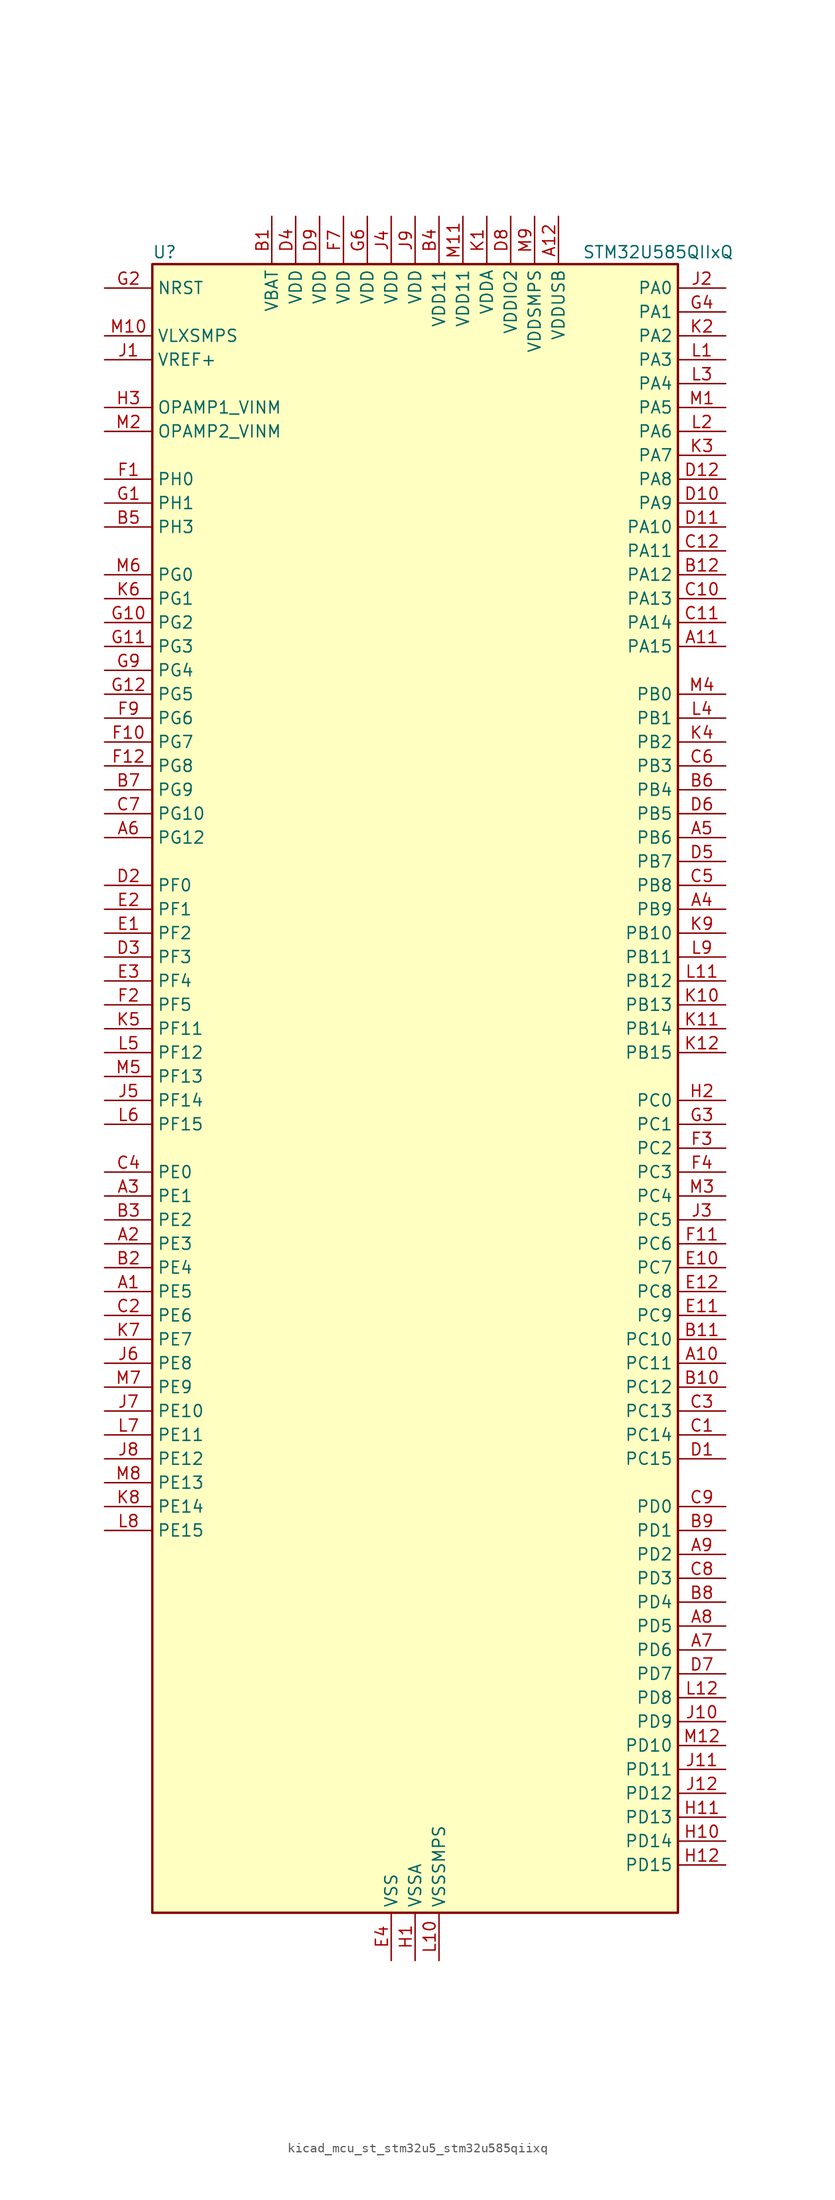
<source format=kicad_sym>
(kicad_symbol_lib
  (version 20220914)
  (generator kicad_symbol_editor)
  (symbol "kicad_mcu_st_stm32u5_stm32u585qiixq"
    (property "Reference" "U"
      (at -27.94 90.17 0)
      (effects (font (size 1.27 1.27)) (justify left)))
    (property "Value" "STM32U585QIIxQ"
      (at 17.78 90.17 0)
      (effects (font (size 1.27 1.27)) (justify left)))
    (property "ki_locked" ""
      (at 0 0 0)
      (effects (font (size 1.27 1.27))))
    (symbol "kicad_mcu_st_stm32u5_stm32u585qiixq_0_1"
      (rectangle (start -27.94 -86.36) (end 27.94 88.9) (stroke (width 0.254) (type default)) (fill (type background))))
    (symbol "kicad_mcu_st_stm32u5_stm32u585qiixq_1_1"
      (pin bidirectional line (at -33.02 -20.32 0) (length 5.08) (name "PE5" (effects (font (size 1.27 1.27)))) (number "A1" (effects (font (size 1.27 1.27)))) (alternate "DCMI_D6" bidirectional line) (alternate "DEBUG_TRACED2" bidirectional line) (alternate "FMC_A21" bidirectional line) (alternate "MDF1_CKI3" bidirectional line) (alternate "PSSI_D6" bidirectional line) (alternate "PWR_WKUP2" bidirectional line) (alternate "SAI1_CK2" bidirectional line) (alternate "SAI1_SCK_A" bidirectional line) (alternate "TAMP_IN8" bidirectional line) (alternate "TAMP_OUT7" bidirectional line) (alternate "TIM3_CH3" bidirectional line) (alternate "TSC_G7_IO4" bidirectional line))
      (pin bidirectional line (at 33.02 -27.94 180) (length 5.08) (name "PC11" (effects (font (size 1.27 1.27)))) (number "A10" (effects (font (size 1.27 1.27)))) (alternate "ADC1_EXTI11" bidirectional line) (alternate "ADF1_SDI0" bidirectional line) (alternate "DCMI_D2" bidirectional line) (alternate "DCMI_D4" bidirectional line) (alternate "LPTIM3_IN1" bidirectional line) (alternate "OCTOSPIM_P1_NCS" bidirectional line) (alternate "PSSI_D2" bidirectional line) (alternate "PSSI_D4" bidirectional line) (alternate "SAI2_MCLK_B" bidirectional line) (alternate "SDMMC1_D3" bidirectional line) (alternate "SPI3_MISO" bidirectional line) (alternate "TSC_G3_IO3" bidirectional line) (alternate "UART4_RX" bidirectional line) (alternate "UCPD1_FRSTX2" bidirectional line) (alternate "USART3_RX" bidirectional line))
      (pin bidirectional line (at 33.02 48.26 180) (length 5.08) (name "PA15" (effects (font (size 1.27 1.27)))) (number "A11" (effects (font (size 1.27 1.27)))) (alternate "ADC1_EXTI15" bidirectional line) (alternate "ADC4_EXTI15" bidirectional line) (alternate "DEBUG_JTDI" bidirectional line) (alternate "SAI2_FS_B" bidirectional line) (alternate "SPI1_NSS" bidirectional line) (alternate "SPI3_NSS" bidirectional line) (alternate "TIM2_CH1" bidirectional line) (alternate "TIM2_ETR" bidirectional line) (alternate "UART4_DE" bidirectional line) (alternate "UART4_RTS" bidirectional line) (alternate "UCPD1_CC1" bidirectional line) (alternate "USART2_RX" bidirectional line) (alternate "USART3_DE" bidirectional line) (alternate "USART3_RTS" bidirectional line))
      (pin power_in line (at 15.24 93.98 270) (length 5.08) (name "VDDUSB" (effects (font (size 1.27 1.27)))) (number "A12" (effects (font (size 1.27 1.27)))))
      (pin bidirectional line (at -33.02 -15.24 0) (length 5.08) (name "PE3" (effects (font (size 1.27 1.27)))) (number "A2" (effects (font (size 1.27 1.27)))) (alternate "DEBUG_TRACED0" bidirectional line) (alternate "FMC_A19" bidirectional line) (alternate "OCTOSPIM_P1_DQS" bidirectional line) (alternate "SAI1_SD_B" bidirectional line) (alternate "TAMP_IN6" bidirectional line) (alternate "TAMP_OUT3" bidirectional line) (alternate "TIM3_CH1" bidirectional line) (alternate "TSC_G7_IO2" bidirectional line))
      (pin bidirectional line (at -33.02 -10.16 0) (length 5.08) (name "PE1" (effects (font (size 1.27 1.27)))) (number "A3" (effects (font (size 1.27 1.27)))) (alternate "DCMI_D3" bidirectional line) (alternate "FMC_NBL1" bidirectional line) (alternate "PSSI_D3" bidirectional line) (alternate "TIM17_CH1" bidirectional line))
      (pin bidirectional line (at 33.02 20.32 180) (length 5.08) (name "PB9" (effects (font (size 1.27 1.27)))) (number "A4" (effects (font (size 1.27 1.27)))) (alternate "DAC1_EXTI9" bidirectional line) (alternate "DCMI_D7" bidirectional line) (alternate "FDCAN1_TX" bidirectional line) (alternate "I2C1_SDA" bidirectional line) (alternate "IR_OUT" bidirectional line) (alternate "PSSI_D7" bidirectional line) (alternate "SAI1_D2" bidirectional line) (alternate "SAI1_FS_A" bidirectional line) (alternate "SDMMC1_CDIR" bidirectional line) (alternate "SDMMC1_D5" bidirectional line) (alternate "SDMMC2_D5" bidirectional line) (alternate "SPI2_NSS" bidirectional line) (alternate "TIM17_CH1" bidirectional line) (alternate "TIM4_CH4" bidirectional line))
      (pin bidirectional line (at 33.02 27.94 180) (length 5.08) (name "PB6" (effects (font (size 1.27 1.27)))) (number "A5" (effects (font (size 1.27 1.27)))) (alternate "COMP2_INP" bidirectional line) (alternate "DCMI_D5" bidirectional line) (alternate "I2C1_SCL" bidirectional line) (alternate "I2C4_SCL" bidirectional line) (alternate "LPTIM1_ETR" bidirectional line) (alternate "MDF1_SDI5" bidirectional line) (alternate "PSSI_D5" bidirectional line) (alternate "PWR_WKUP3" bidirectional line) (alternate "SAI1_FS_B" bidirectional line) (alternate "TIM16_CH1N" bidirectional line) (alternate "TIM4_CH1" bidirectional line) (alternate "TIM8_BKIN2" bidirectional line) (alternate "TSC_G2_IO3" bidirectional line) (alternate "USART1_TX" bidirectional line))
      (pin bidirectional line (at -33.02 27.94 0) (length 5.08) (name "PG12" (effects (font (size 1.27 1.27)))) (number "A6" (effects (font (size 1.27 1.27)))) (alternate "FMC_NE4" bidirectional line) (alternate "LPTIM1_ETR" bidirectional line) (alternate "OCTOSPIM_P2_NCS" bidirectional line) (alternate "SAI2_SD_A" bidirectional line) (alternate "SPI3_NSS" bidirectional line) (alternate "USART1_DE" bidirectional line) (alternate "USART1_RTS" bidirectional line))
      (pin bidirectional line (at 33.02 -58.42 180) (length 5.08) (name "PD6" (effects (font (size 1.27 1.27)))) (number "A7" (effects (font (size 1.27 1.27)))) (alternate "DCMI_D10" bidirectional line) (alternate "FMC_NWAIT" bidirectional line) (alternate "MDF1_SDI1" bidirectional line) (alternate "OCTOSPIM_P1_IO6" bidirectional line) (alternate "PSSI_D10" bidirectional line) (alternate "SAI1_D1" bidirectional line) (alternate "SAI1_SD_A" bidirectional line) (alternate "SDMMC2_CK" bidirectional line) (alternate "SPI3_MOSI" bidirectional line) (alternate "USART2_RX" bidirectional line))
      (pin bidirectional line (at 33.02 -55.88 180) (length 5.08) (name "PD5" (effects (font (size 1.27 1.27)))) (number "A8" (effects (font (size 1.27 1.27)))) (alternate "FMC_NWE" bidirectional line) (alternate "OCTOSPIM_P1_IO5" bidirectional line) (alternate "SPI2_RDY" bidirectional line) (alternate "USART2_TX" bidirectional line))
      (pin bidirectional line (at 33.02 -48.26 180) (length 5.08) (name "PD2" (effects (font (size 1.27 1.27)))) (number "A9" (effects (font (size 1.27 1.27)))) (alternate "DCMI_D11" bidirectional line) (alternate "DEBUG_TRACED2" bidirectional line) (alternate "LPTIM4_ETR" bidirectional line) (alternate "PSSI_D11" bidirectional line) (alternate "SDMMC1_CMD" bidirectional line) (alternate "TIM3_ETR" bidirectional line) (alternate "TSC_SYNC" bidirectional line) (alternate "UART5_RX" bidirectional line) (alternate "USART3_DE" bidirectional line) (alternate "USART3_RTS" bidirectional line))
      (pin power_in line (at -15.24 93.98 270) (length 5.08) (name "VBAT" (effects (font (size 1.27 1.27)))) (number "B1" (effects (font (size 1.27 1.27)))))
      (pin bidirectional line (at 33.02 -30.48 180) (length 5.08) (name "PC12" (effects (font (size 1.27 1.27)))) (number "B10" (effects (font (size 1.27 1.27)))) (alternate "DCMI_D9" bidirectional line) (alternate "DEBUG_TRACED3" bidirectional line) (alternate "PSSI_D9" bidirectional line) (alternate "SAI2_SD_B" bidirectional line) (alternate "SDMMC1_CK" bidirectional line) (alternate "SPI3_MOSI" bidirectional line) (alternate "TSC_G3_IO4" bidirectional line) (alternate "UART5_TX" bidirectional line) (alternate "USART3_CK" bidirectional line))
      (pin bidirectional line (at 33.02 -25.4 180) (length 5.08) (name "PC10" (effects (font (size 1.27 1.27)))) (number "B11" (effects (font (size 1.27 1.27)))) (alternate "ADF1_CCK1" bidirectional line) (alternate "DCMI_D8" bidirectional line) (alternate "DEBUG_TRACED1" bidirectional line) (alternate "LPTIM3_ETR" bidirectional line) (alternate "PSSI_D8" bidirectional line) (alternate "SAI2_SCK_B" bidirectional line) (alternate "SDMMC1_D2" bidirectional line) (alternate "SPI3_SCK" bidirectional line) (alternate "TSC_G3_IO2" bidirectional line) (alternate "UART4_TX" bidirectional line) (alternate "USART3_TX" bidirectional line))
      (pin bidirectional line (at 33.02 55.88 180) (length 5.08) (name "PA12" (effects (font (size 1.27 1.27)))) (number "B12" (effects (font (size 1.27 1.27)))) (alternate "FDCAN1_TX" bidirectional line) (alternate "OCTOSPIM_P2_NCS" bidirectional line) (alternate "SPI1_MOSI" bidirectional line) (alternate "TIM1_ETR" bidirectional line) (alternate "USART1_DE" bidirectional line) (alternate "USART1_RTS" bidirectional line) (alternate "USB_OTG_FS_DP" bidirectional line))
      (pin bidirectional line (at -33.02 -17.78 0) (length 5.08) (name "PE4" (effects (font (size 1.27 1.27)))) (number "B2" (effects (font (size 1.27 1.27)))) (alternate "DCMI_D4" bidirectional line) (alternate "DEBUG_TRACED1" bidirectional line) (alternate "FMC_A20" bidirectional line) (alternate "MDF1_SDI3" bidirectional line) (alternate "PSSI_D4" bidirectional line) (alternate "PWR_WKUP1" bidirectional line) (alternate "SAI1_D2" bidirectional line) (alternate "SAI1_FS_A" bidirectional line) (alternate "TAMP_IN7" bidirectional line) (alternate "TAMP_OUT8" bidirectional line) (alternate "TIM3_CH2" bidirectional line) (alternate "TSC_G7_IO3" bidirectional line))
      (pin bidirectional line (at -33.02 -12.7 0) (length 5.08) (name "PE2" (effects (font (size 1.27 1.27)))) (number "B3" (effects (font (size 1.27 1.27)))) (alternate "DEBUG_TRACECLK" bidirectional line) (alternate "FMC_A23" bidirectional line) (alternate "SAI1_CK1" bidirectional line) (alternate "SAI1_MCLK_A" bidirectional line) (alternate "TIM3_ETR" bidirectional line) (alternate "TSC_G7_IO1" bidirectional line))
      (pin power_in line (at 2.54 93.98 270) (length 5.08) (name "VDD11" (effects (font (size 1.27 1.27)))) (number "B4" (effects (font (size 1.27 1.27)))))
      (pin bidirectional line (at -33.02 60.96 0) (length 5.08) (name "PH3" (effects (font (size 1.27 1.27)))) (number "B5" (effects (font (size 1.27 1.27)))))
      (pin bidirectional line (at 33.02 33.02 180) (length 5.08) (name "PB4" (effects (font (size 1.27 1.27)))) (number "B6" (effects (font (size 1.27 1.27)))) (alternate "ADF1_SDI0" bidirectional line) (alternate "COMP2_INP" bidirectional line) (alternate "DCMI_D12" bidirectional line) (alternate "DEBUG_JTRST" bidirectional line) (alternate "I2C3_SDA" bidirectional line) (alternate "LPTIM1_CH2" bidirectional line) (alternate "PSSI_D12" bidirectional line) (alternate "SAI1_MCLK_B" bidirectional line) (alternate "SDMMC2_D3" bidirectional line) (alternate "SPI1_MISO" bidirectional line) (alternate "SPI3_MISO" bidirectional line) (alternate "TIM17_BKIN" bidirectional line) (alternate "TIM3_CH1" bidirectional line) (alternate "TSC_G2_IO1" bidirectional line) (alternate "UART5_DE" bidirectional line) (alternate "UART5_RTS" bidirectional line) (alternate "USART1_CTS" bidirectional line))
      (pin bidirectional line (at -33.02 33.02 0) (length 5.08) (name "PG9" (effects (font (size 1.27 1.27)))) (number "B7" (effects (font (size 1.27 1.27)))) (alternate "DAC1_EXTI9" bidirectional line) (alternate "FMC_NCE" bidirectional line) (alternate "FMC_NE2" bidirectional line) (alternate "OCTOSPIM_P2_IO6" bidirectional line) (alternate "SAI2_SCK_A" bidirectional line) (alternate "SPI3_SCK" bidirectional line) (alternate "TIM15_CH1N" bidirectional line) (alternate "USART1_TX" bidirectional line))
      (pin bidirectional line (at 33.02 -53.34 180) (length 5.08) (name "PD4" (effects (font (size 1.27 1.27)))) (number "B8" (effects (font (size 1.27 1.27)))) (alternate "FMC_NOE" bidirectional line) (alternate "MDF1_CKI0" bidirectional line) (alternate "OCTOSPIM_P1_IO4" bidirectional line) (alternate "SPI2_MOSI" bidirectional line) (alternate "USART2_DE" bidirectional line) (alternate "USART2_RTS" bidirectional line))
      (pin bidirectional line (at 33.02 -45.72 180) (length 5.08) (name "PD1" (effects (font (size 1.27 1.27)))) (number "B9" (effects (font (size 1.27 1.27)))) (alternate "FDCAN1_TX" bidirectional line) (alternate "FMC_D3" bidirectional line) (alternate "FMC_DA3" bidirectional line) (alternate "SPI2_SCK" bidirectional line))
      (pin bidirectional line (at 33.02 -35.56 180) (length 5.08) (name "PC14" (effects (font (size 1.27 1.27)))) (number "C1" (effects (font (size 1.27 1.27)))) (alternate "RCC_OSC32_IN" bidirectional line))
      (pin bidirectional line (at 33.02 53.34 180) (length 5.08) (name "PA13" (effects (font (size 1.27 1.27)))) (number "C10" (effects (font (size 1.27 1.27)))) (alternate "DEBUG_JTMS-SWDIO" bidirectional line) (alternate "IR_OUT" bidirectional line) (alternate "SAI1_SD_B" bidirectional line) (alternate "USB_OTG_FS_NOE" bidirectional line))
      (pin bidirectional line (at 33.02 50.8 180) (length 5.08) (name "PA14" (effects (font (size 1.27 1.27)))) (number "C11" (effects (font (size 1.27 1.27)))) (alternate "DEBUG_JTCK-SWCLK" bidirectional line) (alternate "I2C1_SMBA" bidirectional line) (alternate "I2C4_SMBA" bidirectional line) (alternate "LPTIM1_CH1" bidirectional line) (alternate "SAI1_FS_B" bidirectional line) (alternate "USB_OTG_FS_SOF" bidirectional line))
      (pin bidirectional line (at 33.02 58.42 180) (length 5.08) (name "PA11" (effects (font (size 1.27 1.27)))) (number "C12" (effects (font (size 1.27 1.27)))) (alternate "ADC1_EXTI11" bidirectional line) (alternate "FDCAN1_RX" bidirectional line) (alternate "SPI1_MISO" bidirectional line) (alternate "TIM1_BKIN2" bidirectional line) (alternate "TIM1_CH4" bidirectional line) (alternate "USART1_CTS" bidirectional line) (alternate "USB_OTG_FS_DM" bidirectional line))
      (pin bidirectional line (at -33.02 -22.86 0) (length 5.08) (name "PE6" (effects (font (size 1.27 1.27)))) (number "C2" (effects (font (size 1.27 1.27)))) (alternate "DCMI_D7" bidirectional line) (alternate "DEBUG_TRACED3" bidirectional line) (alternate "FMC_A22" bidirectional line) (alternate "PSSI_D7" bidirectional line) (alternate "PWR_WKUP3" bidirectional line) (alternate "SAI1_D1" bidirectional line) (alternate "SAI1_SD_A" bidirectional line) (alternate "TAMP_IN3" bidirectional line) (alternate "TAMP_OUT6" bidirectional line) (alternate "TIM3_CH4" bidirectional line))
      (pin bidirectional line (at 33.02 -33.02 180) (length 5.08) (name "PC13" (effects (font (size 1.27 1.27)))) (number "C3" (effects (font (size 1.27 1.27)))) (alternate "PWR_WKUP2" bidirectional line) (alternate "RTC_OUT1" bidirectional line) (alternate "RTC_TS" bidirectional line) (alternate "TAMP_IN1" bidirectional line) (alternate "TAMP_OUT2" bidirectional line))
      (pin bidirectional line (at -33.02 -7.62 0) (length 5.08) (name "PE0" (effects (font (size 1.27 1.27)))) (number "C4" (effects (font (size 1.27 1.27)))) (alternate "DCMI_D2" bidirectional line) (alternate "FMC_NBL0" bidirectional line) (alternate "PSSI_D2" bidirectional line) (alternate "TIM16_CH1" bidirectional line) (alternate "TIM4_ETR" bidirectional line))
      (pin bidirectional line (at 33.02 22.86 180) (length 5.08) (name "PB8" (effects (font (size 1.27 1.27)))) (number "C5" (effects (font (size 1.27 1.27)))) (alternate "DCMI_D6" bidirectional line) (alternate "FDCAN1_RX" bidirectional line) (alternate "I2C1_SCL" bidirectional line) (alternate "MDF1_CCK0" bidirectional line) (alternate "PSSI_D6" bidirectional line) (alternate "PWR_WKUP5" bidirectional line) (alternate "SAI1_CK1" bidirectional line) (alternate "SAI1_MCLK_A" bidirectional line) (alternate "SDMMC1_CKIN" bidirectional line) (alternate "SDMMC1_D4" bidirectional line) (alternate "SDMMC2_D4" bidirectional line) (alternate "SPI3_RDY" bidirectional line) (alternate "TIM16_CH1" bidirectional line) (alternate "TIM4_CH3" bidirectional line))
      (pin bidirectional line (at 33.02 35.56 180) (length 5.08) (name "PB3" (effects (font (size 1.27 1.27)))) (number "C6" (effects (font (size 1.27 1.27)))) (alternate "ADF1_CCK0" bidirectional line) (alternate "COMP2_INM" bidirectional line) (alternate "CRS_SYNC" bidirectional line) (alternate "DEBUG_JTDO-SWO" bidirectional line) (alternate "I2C1_SDA" bidirectional line) (alternate "LPTIM1_CH1" bidirectional line) (alternate "SAI1_SCK_B" bidirectional line) (alternate "SDMMC2_D2" bidirectional line) (alternate "SPI1_SCK" bidirectional line) (alternate "SPI3_SCK" bidirectional line) (alternate "TIM2_CH2" bidirectional line) (alternate "USART1_DE" bidirectional line) (alternate "USART1_RTS" bidirectional line))
      (pin bidirectional line (at -33.02 30.48 0) (length 5.08) (name "PG10" (effects (font (size 1.27 1.27)))) (number "C7" (effects (font (size 1.27 1.27)))) (alternate "FMC_NE3" bidirectional line) (alternate "LPTIM1_IN1" bidirectional line) (alternate "OCTOSPIM_P2_IO7" bidirectional line) (alternate "SAI2_FS_A" bidirectional line) (alternate "SPI3_MISO" bidirectional line) (alternate "TIM15_CH1" bidirectional line) (alternate "USART1_RX" bidirectional line))
      (pin bidirectional line (at 33.02 -50.8 180) (length 5.08) (name "PD3" (effects (font (size 1.27 1.27)))) (number "C8" (effects (font (size 1.27 1.27)))) (alternate "DCMI_D5" bidirectional line) (alternate "FMC_CLK" bidirectional line) (alternate "MDF1_SDI0" bidirectional line) (alternate "OCTOSPIM_P2_NCS" bidirectional line) (alternate "PSSI_D5" bidirectional line) (alternate "SPI2_MISO" bidirectional line) (alternate "SPI2_SCK" bidirectional line) (alternate "USART2_CTS" bidirectional line))
      (pin bidirectional line (at 33.02 -43.18 180) (length 5.08) (name "PD0" (effects (font (size 1.27 1.27)))) (number "C9" (effects (font (size 1.27 1.27)))) (alternate "FDCAN1_RX" bidirectional line) (alternate "FMC_D2" bidirectional line) (alternate "FMC_DA2" bidirectional line) (alternate "SPI2_NSS" bidirectional line) (alternate "TIM8_CH4N" bidirectional line))
      (pin bidirectional line (at 33.02 -38.1 180) (length 5.08) (name "PC15" (effects (font (size 1.27 1.27)))) (number "D1" (effects (font (size 1.27 1.27)))) (alternate "ADC1_EXTI15" bidirectional line) (alternate "ADC4_EXTI15" bidirectional line) (alternate "RCC_OSC32_OUT" bidirectional line))
      (pin bidirectional line (at 33.02 63.5 180) (length 5.08) (name "PA9" (effects (font (size 1.27 1.27)))) (number "D10" (effects (font (size 1.27 1.27)))) (alternate "DAC1_EXTI9" bidirectional line) (alternate "DCMI_D0" bidirectional line) (alternate "PSSI_D0" bidirectional line) (alternate "SAI1_FS_A" bidirectional line) (alternate "SPI2_SCK" bidirectional line) (alternate "TIM15_BKIN" bidirectional line) (alternate "TIM1_CH2" bidirectional line) (alternate "USART1_TX" bidirectional line) (alternate "USB_OTG_FS_VBUS" bidirectional line))
      (pin bidirectional line (at 33.02 60.96 180) (length 5.08) (name "PA10" (effects (font (size 1.27 1.27)))) (number "D11" (effects (font (size 1.27 1.27)))) (alternate "CRS_SYNC" bidirectional line) (alternate "DCMI_D1" bidirectional line) (alternate "LPTIM2_IN2" bidirectional line) (alternate "PSSI_D1" bidirectional line) (alternate "SAI1_D1" bidirectional line) (alternate "SAI1_SD_A" bidirectional line) (alternate "TIM17_BKIN" bidirectional line) (alternate "TIM1_CH3" bidirectional line) (alternate "USART1_RX" bidirectional line) (alternate "USB_OTG_FS_ID" bidirectional line))
      (pin bidirectional line (at 33.02 66.04 180) (length 5.08) (name "PA8" (effects (font (size 1.27 1.27)))) (number "D12" (effects (font (size 1.27 1.27)))) (alternate "DEBUG_TRACECLK" bidirectional line) (alternate "LPTIM2_CH1" bidirectional line) (alternate "RCC_MCO" bidirectional line) (alternate "SAI1_CK2" bidirectional line) (alternate "SAI1_SCK_A" bidirectional line) (alternate "SPI1_RDY" bidirectional line) (alternate "TIM1_CH1" bidirectional line) (alternate "USART1_CK" bidirectional line) (alternate "USB_OTG_FS_SOF" bidirectional line))
      (pin bidirectional line (at -33.02 22.86 0) (length 5.08) (name "PF0" (effects (font (size 1.27 1.27)))) (number "D2" (effects (font (size 1.27 1.27)))) (alternate "FMC_A0" bidirectional line) (alternate "I2C2_SDA" bidirectional line) (alternate "OCTOSPIM_P2_IO0" bidirectional line))
      (pin bidirectional line (at -33.02 15.24 0) (length 5.08) (name "PF3" (effects (font (size 1.27 1.27)))) (number "D3" (effects (font (size 1.27 1.27)))) (alternate "FMC_A3" bidirectional line) (alternate "LPTIM3_IN1" bidirectional line) (alternate "OCTOSPIM_P2_IO3" bidirectional line))
      (pin power_in line (at -12.7 93.98 270) (length 5.08) (name "VDD" (effects (font (size 1.27 1.27)))) (number "D4" (effects (font (size 1.27 1.27)))))
      (pin bidirectional line (at 33.02 25.4 180) (length 5.08) (name "PB7" (effects (font (size 1.27 1.27)))) (number "D5" (effects (font (size 1.27 1.27)))) (alternate "COMP2_INM" bidirectional line) (alternate "DCMI_VSYNC" bidirectional line) (alternate "FMC_NL" bidirectional line) (alternate "I2C1_SDA" bidirectional line) (alternate "I2C4_SDA" bidirectional line) (alternate "LPTIM1_IN2" bidirectional line) (alternate "MDF1_CKI5" bidirectional line) (alternate "PSSI_RDY" bidirectional line) (alternate "PWR_PVD_IN" bidirectional line) (alternate "PWR_WKUP4" bidirectional line) (alternate "TIM17_CH1N" bidirectional line) (alternate "TIM4_CH2" bidirectional line) (alternate "TIM8_BKIN" bidirectional line) (alternate "TSC_G2_IO4" bidirectional line) (alternate "UART4_CTS" bidirectional line) (alternate "USART1_RX" bidirectional line))
      (pin bidirectional line (at 33.02 30.48 180) (length 5.08) (name "PB5" (effects (font (size 1.27 1.27)))) (number "D6" (effects (font (size 1.27 1.27)))) (alternate "COMP2_OUT" bidirectional line) (alternate "DCMI_D10" bidirectional line) (alternate "I2C1_SMBA" bidirectional line) (alternate "LPTIM1_IN1" bidirectional line) (alternate "OCTOSPIM_P1_NCLK" bidirectional line) (alternate "PSSI_D10" bidirectional line) (alternate "PWR_WKUP6" bidirectional line) (alternate "SAI1_SD_B" bidirectional line) (alternate "SPI1_MOSI" bidirectional line) (alternate "SPI3_MOSI" bidirectional line) (alternate "TIM16_BKIN" bidirectional line) (alternate "TIM3_CH2" bidirectional line) (alternate "TSC_G2_IO2" bidirectional line) (alternate "UART5_CTS" bidirectional line) (alternate "UCPD1_DBCC1" bidirectional line) (alternate "USART1_CK" bidirectional line))
      (pin bidirectional line (at 33.02 -60.96 180) (length 5.08) (name "PD7" (effects (font (size 1.27 1.27)))) (number "D7" (effects (font (size 1.27 1.27)))) (alternate "FMC_NCE" bidirectional line) (alternate "FMC_NE1" bidirectional line) (alternate "LPTIM4_OUT" bidirectional line) (alternate "MDF1_CKI1" bidirectional line) (alternate "OCTOSPIM_P1_IO7" bidirectional line) (alternate "SDMMC2_CMD" bidirectional line) (alternate "USART2_CK" bidirectional line))
      (pin power_in line (at 10.16 93.98 270) (length 5.08) (name "VDDIO2" (effects (font (size 1.27 1.27)))) (number "D8" (effects (font (size 1.27 1.27)))))
      (pin power_in line (at -10.16 93.98 270) (length 5.08) (name "VDD" (effects (font (size 1.27 1.27)))) (number "D9" (effects (font (size 1.27 1.27)))))
      (pin bidirectional line (at -33.02 17.78 0) (length 5.08) (name "PF2" (effects (font (size 1.27 1.27)))) (number "E1" (effects (font (size 1.27 1.27)))) (alternate "FMC_A2" bidirectional line) (alternate "I2C2_SMBA" bidirectional line) (alternate "LPTIM3_CH2" bidirectional line) (alternate "OCTOSPIM_P2_IO2" bidirectional line) (alternate "PWR_WKUP8" bidirectional line))
      (pin bidirectional line (at 33.02 -17.78 180) (length 5.08) (name "PC7" (effects (font (size 1.27 1.27)))) (number "E10" (effects (font (size 1.27 1.27)))) (alternate "DCMI_D1" bidirectional line) (alternate "LPTIM2_CH2" bidirectional line) (alternate "MDF1_SDI3" bidirectional line) (alternate "PSSI_D1" bidirectional line) (alternate "PWR_CDSTOP" bidirectional line) (alternate "SAI2_MCLK_B" bidirectional line) (alternate "SDMMC1_D123DIR" bidirectional line) (alternate "SDMMC1_D7" bidirectional line) (alternate "SDMMC2_D7" bidirectional line) (alternate "TIM3_CH2" bidirectional line) (alternate "TIM8_CH2" bidirectional line) (alternate "TSC_G4_IO2" bidirectional line))
      (pin bidirectional line (at 33.02 -22.86 180) (length 5.08) (name "PC9" (effects (font (size 1.27 1.27)))) (number "E11" (effects (font (size 1.27 1.27)))) (alternate "DAC1_EXTI9" bidirectional line) (alternate "DCMI_D3" bidirectional line) (alternate "DEBUG_TRACED0" bidirectional line) (alternate "LPTIM3_CH2" bidirectional line) (alternate "PSSI_D3" bidirectional line) (alternate "SDMMC1_D1" bidirectional line) (alternate "TIM3_CH4" bidirectional line) (alternate "TIM8_BKIN2" bidirectional line) (alternate "TIM8_CH4" bidirectional line) (alternate "TSC_G4_IO4" bidirectional line) (alternate "USB_OTG_FS_NOE" bidirectional line))
      (pin bidirectional line (at 33.02 -20.32 180) (length 5.08) (name "PC8" (effects (font (size 1.27 1.27)))) (number "E12" (effects (font (size 1.27 1.27)))) (alternate "DCMI_D2" bidirectional line) (alternate "LPTIM3_CH1" bidirectional line) (alternate "PSSI_D2" bidirectional line) (alternate "PWR_SRDSTOP" bidirectional line) (alternate "SDMMC1_D0" bidirectional line) (alternate "TIM3_CH3" bidirectional line) (alternate "TIM8_CH3" bidirectional line) (alternate "TSC_G4_IO3" bidirectional line))
      (pin bidirectional line (at -33.02 20.32 0) (length 5.08) (name "PF1" (effects (font (size 1.27 1.27)))) (number "E2" (effects (font (size 1.27 1.27)))) (alternate "FMC_A1" bidirectional line) (alternate "I2C2_SCL" bidirectional line) (alternate "OCTOSPIM_P2_IO1" bidirectional line))
      (pin bidirectional line (at -33.02 12.7 0) (length 5.08) (name "PF4" (effects (font (size 1.27 1.27)))) (number "E3" (effects (font (size 1.27 1.27)))) (alternate "FMC_A4" bidirectional line) (alternate "LPTIM3_ETR" bidirectional line) (alternate "OCTOSPIM_P2_CLK" bidirectional line))
      (pin power_in line (at -2.54 -91.44 90) (length 5.08) (name "VSS" (effects (font (size 1.27 1.27)))) (number "E4" (effects (font (size 1.27 1.27)))))
      (pin passive line (at -2.54 -91.44 90) (length 5.08) hide (name "VSS" (effects (font (size 1.27 1.27)))) (number "E9" (effects (font (size 1.27 1.27)))))
      (pin bidirectional line (at -33.02 66.04 0) (length 5.08) (name "PH0" (effects (font (size 1.27 1.27)))) (number "F1" (effects (font (size 1.27 1.27)))) (alternate "RCC_OSC_IN" bidirectional line))
      (pin bidirectional line (at -33.02 38.1 0) (length 5.08) (name "PG7" (effects (font (size 1.27 1.27)))) (number "F10" (effects (font (size 1.27 1.27)))) (alternate "FMC_INT" bidirectional line) (alternate "I2C3_SCL" bidirectional line) (alternate "LPUART1_TX" bidirectional line) (alternate "MDF1_CCK0" bidirectional line) (alternate "OCTOSPIM_P2_DQS" bidirectional line) (alternate "SAI1_CK1" bidirectional line) (alternate "SAI1_MCLK_A" bidirectional line) (alternate "UCPD1_FRSTX2" bidirectional line))
      (pin bidirectional line (at 33.02 -15.24 180) (length 5.08) (name "PC6" (effects (font (size 1.27 1.27)))) (number "F11" (effects (font (size 1.27 1.27)))) (alternate "DCMI_D0" bidirectional line) (alternate "MDF1_CKI3" bidirectional line) (alternate "PSSI_D0" bidirectional line) (alternate "PWR_CSLEEP" bidirectional line) (alternate "SAI2_MCLK_A" bidirectional line) (alternate "SDMMC1_D0DIR" bidirectional line) (alternate "SDMMC1_D6" bidirectional line) (alternate "SDMMC2_D6" bidirectional line) (alternate "TIM3_CH1" bidirectional line) (alternate "TIM8_CH1" bidirectional line) (alternate "TSC_G4_IO1" bidirectional line))
      (pin bidirectional line (at -33.02 35.56 0) (length 5.08) (name "PG8" (effects (font (size 1.27 1.27)))) (number "F12" (effects (font (size 1.27 1.27)))) (alternate "I2C3_SDA" bidirectional line) (alternate "LPUART1_RX" bidirectional line))
      (pin bidirectional line (at -33.02 10.16 0) (length 5.08) (name "PF5" (effects (font (size 1.27 1.27)))) (number "F2" (effects (font (size 1.27 1.27)))) (alternate "FMC_A5" bidirectional line) (alternate "LPTIM3_CH1" bidirectional line) (alternate "OCTOSPIM_P2_NCLK" bidirectional line))
      (pin bidirectional line (at 33.02 -5.08 180) (length 5.08) (name "PC2" (effects (font (size 1.27 1.27)))) (number "F3" (effects (font (size 1.27 1.27)))) (alternate "ADC1_IN3" bidirectional line) (alternate "ADC4_IN3" bidirectional line) (alternate "LPTIM1_IN2" bidirectional line) (alternate "MDF1_CCK1" bidirectional line) (alternate "OCTOSPIM_P1_IO5" bidirectional line) (alternate "SPI2_MISO" bidirectional line))
      (pin bidirectional line (at 33.02 -7.62 180) (length 5.08) (name "PC3" (effects (font (size 1.27 1.27)))) (number "F4" (effects (font (size 1.27 1.27)))) (alternate "ADC1_IN4" bidirectional line) (alternate "ADC4_IN4" bidirectional line) (alternate "LPTIM1_ETR" bidirectional line) (alternate "LPTIM2_ETR" bidirectional line) (alternate "LPTIM3_CH1" bidirectional line) (alternate "OCTOSPIM_P1_IO6" bidirectional line) (alternate "SAI1_D1" bidirectional line) (alternate "SAI1_SD_A" bidirectional line) (alternate "SPI2_MOSI" bidirectional line))
      (pin passive line (at -2.54 -91.44 90) (length 5.08) hide (name "VSS" (effects (font (size 1.27 1.27)))) (number "F6" (effects (font (size 1.27 1.27)))))
      (pin power_in line (at -7.62 93.98 270) (length 5.08) (name "VDD" (effects (font (size 1.27 1.27)))) (number "F7" (effects (font (size 1.27 1.27)))))
      (pin bidirectional line (at -33.02 40.64 0) (length 5.08) (name "PG6" (effects (font (size 1.27 1.27)))) (number "F9" (effects (font (size 1.27 1.27)))) (alternate "I2C3_SMBA" bidirectional line) (alternate "LPUART1_DE" bidirectional line) (alternate "LPUART1_RTS" bidirectional line) (alternate "OCTOSPIM_P1_DQS" bidirectional line) (alternate "SPI1_RDY" bidirectional line) (alternate "UCPD1_FRSTX1" bidirectional line))
      (pin bidirectional line (at -33.02 63.5 0) (length 5.08) (name "PH1" (effects (font (size 1.27 1.27)))) (number "G1" (effects (font (size 1.27 1.27)))) (alternate "RCC_OSC_OUT" bidirectional line))
      (pin bidirectional line (at -33.02 50.8 0) (length 5.08) (name "PG2" (effects (font (size 1.27 1.27)))) (number "G10" (effects (font (size 1.27 1.27)))) (alternate "FMC_A12" bidirectional line) (alternate "SAI2_SCK_B" bidirectional line) (alternate "SPI1_SCK" bidirectional line))
      (pin bidirectional line (at -33.02 48.26 0) (length 5.08) (name "PG3" (effects (font (size 1.27 1.27)))) (number "G11" (effects (font (size 1.27 1.27)))) (alternate "FMC_A13" bidirectional line) (alternate "SAI2_FS_B" bidirectional line) (alternate "SPI1_MISO" bidirectional line))
      (pin bidirectional line (at -33.02 43.18 0) (length 5.08) (name "PG5" (effects (font (size 1.27 1.27)))) (number "G12" (effects (font (size 1.27 1.27)))) (alternate "FMC_A15" bidirectional line) (alternate "LPUART1_CTS" bidirectional line) (alternate "SAI2_SD_B" bidirectional line) (alternate "SPI1_NSS" bidirectional line))
      (pin input line (at -33.02 86.36 0) (length 5.08) (name "NRST" (effects (font (size 1.27 1.27)))) (number "G2" (effects (font (size 1.27 1.27)))))
      (pin bidirectional line (at 33.02 -2.54 180) (length 5.08) (name "PC1" (effects (font (size 1.27 1.27)))) (number "G3" (effects (font (size 1.27 1.27)))) (alternate "ADC1_IN2" bidirectional line) (alternate "ADC4_IN2" bidirectional line) (alternate "DEBUG_TRACED0" bidirectional line) (alternate "I2C3_SDA" bidirectional line) (alternate "LPTIM1_CH1" bidirectional line) (alternate "LPUART1_TX" bidirectional line) (alternate "MDF1_CKI4" bidirectional line) (alternate "OCTOSPIM_P1_IO4" bidirectional line) (alternate "SAI1_SD_A" bidirectional line) (alternate "SDMMC2_CK" bidirectional line) (alternate "SPI2_MOSI" bidirectional line))
      (pin bidirectional line (at 33.02 83.82 180) (length 5.08) (name "PA1" (effects (font (size 1.27 1.27)))) (number "G4" (effects (font (size 1.27 1.27)))) (alternate "ADC1_IN6" bidirectional line) (alternate "I2C1_SMBA" bidirectional line) (alternate "LPTIM1_CH2" bidirectional line) (alternate "OCTOSPIM_P1_DQS" bidirectional line) (alternate "OPAMP1_VINM" bidirectional line) (alternate "PWR_WKUP3" bidirectional line) (alternate "SPI1_SCK" bidirectional line) (alternate "TAMP_IN5" bidirectional line) (alternate "TAMP_OUT4" bidirectional line) (alternate "TIM15_CH1N" bidirectional line) (alternate "TIM2_CH2" bidirectional line) (alternate "TIM5_CH2" bidirectional line) (alternate "UART4_RX" bidirectional line) (alternate "USART2_DE" bidirectional line) (alternate "USART2_RTS" bidirectional line))
      (pin power_in line (at -5.08 93.98 270) (length 5.08) (name "VDD" (effects (font (size 1.27 1.27)))) (number "G6" (effects (font (size 1.27 1.27)))))
      (pin passive line (at -2.54 -91.44 90) (length 5.08) hide (name "VSS" (effects (font (size 1.27 1.27)))) (number "G7" (effects (font (size 1.27 1.27)))))
      (pin bidirectional line (at -33.02 45.72 0) (length 5.08) (name "PG4" (effects (font (size 1.27 1.27)))) (number "G9" (effects (font (size 1.27 1.27)))) (alternate "FMC_A14" bidirectional line) (alternate "SAI2_MCLK_B" bidirectional line) (alternate "SPI1_MOSI" bidirectional line))
      (pin power_in line (at 0 -91.44 90) (length 5.08) (name "VSSA" (effects (font (size 1.27 1.27)))) (number "H1" (effects (font (size 1.27 1.27)))))
      (pin bidirectional line (at 33.02 -78.74 180) (length 5.08) (name "PD14" (effects (font (size 1.27 1.27)))) (number "H10" (effects (font (size 1.27 1.27)))) (alternate "FMC_D0" bidirectional line) (alternate "FMC_DA0" bidirectional line) (alternate "LPTIM3_CH1" bidirectional line) (alternate "TIM4_CH3" bidirectional line))
      (pin bidirectional line (at 33.02 -76.2 180) (length 5.08) (name "PD13" (effects (font (size 1.27 1.27)))) (number "H11" (effects (font (size 1.27 1.27)))) (alternate "ADC4_IN17" bidirectional line) (alternate "FMC_A18" bidirectional line) (alternate "I2C4_SDA" bidirectional line) (alternate "LPTIM2_CH1" bidirectional line) (alternate "LPTIM4_IN1" bidirectional line) (alternate "TIM4_CH2" bidirectional line) (alternate "TSC_G6_IO4" bidirectional line))
      (pin bidirectional line (at 33.02 -81.28 180) (length 5.08) (name "PD15" (effects (font (size 1.27 1.27)))) (number "H12" (effects (font (size 1.27 1.27)))) (alternate "ADC1_EXTI15" bidirectional line) (alternate "ADC4_EXTI15" bidirectional line) (alternate "FMC_D1" bidirectional line) (alternate "FMC_DA1" bidirectional line) (alternate "LPTIM3_CH2" bidirectional line) (alternate "TIM4_CH4" bidirectional line))
      (pin bidirectional line (at 33.02 0 180) (length 5.08) (name "PC0" (effects (font (size 1.27 1.27)))) (number "H2" (effects (font (size 1.27 1.27)))) (alternate "ADC1_IN1" bidirectional line) (alternate "ADC4_IN1" bidirectional line) (alternate "I2C3_SCL" bidirectional line) (alternate "LPTIM1_IN1" bidirectional line) (alternate "LPTIM2_IN1" bidirectional line) (alternate "LPUART1_RX" bidirectional line) (alternate "MDF1_SDI4" bidirectional line) (alternate "OCTOSPIM_P1_IO7" bidirectional line) (alternate "SAI2_FS_A" bidirectional line) (alternate "SDMMC1_D5" bidirectional line) (alternate "SPI2_RDY" bidirectional line))
      (pin bidirectional line (at -33.02 73.66 0) (length 5.08) (name "OPAMP1_VINM" (effects (font (size 1.27 1.27)))) (number "H3" (effects (font (size 1.27 1.27)))) (alternate "OPAMP1_VINM" bidirectional line))
      (pin passive line (at -2.54 -91.44 90) (length 5.08) hide (name "VSS" (effects (font (size 1.27 1.27)))) (number "H4" (effects (font (size 1.27 1.27)))))
      (pin passive line (at -2.54 -91.44 90) (length 5.08) hide (name "VSS" (effects (font (size 1.27 1.27)))) (number "H9" (effects (font (size 1.27 1.27)))))
      (pin input line (at -33.02 78.74 0) (length 5.08) (name "VREF+" (effects (font (size 1.27 1.27)))) (number "J1" (effects (font (size 1.27 1.27)))) (alternate "VREFBUF_OUT" bidirectional line))
      (pin bidirectional line (at 33.02 -66.04 180) (length 5.08) (name "PD9" (effects (font (size 1.27 1.27)))) (number "J10" (effects (font (size 1.27 1.27)))) (alternate "DAC1_EXTI9" bidirectional line) (alternate "DCMI_PIXCLK" bidirectional line) (alternate "FMC_D14" bidirectional line) (alternate "FMC_DA14" bidirectional line) (alternate "LPTIM2_IN2" bidirectional line) (alternate "LPTIM3_IN1" bidirectional line) (alternate "PSSI_PDCK" bidirectional line) (alternate "SAI2_MCLK_A" bidirectional line) (alternate "USART3_RX" bidirectional line))
      (pin bidirectional line (at 33.02 -71.12 180) (length 5.08) (name "PD11" (effects (font (size 1.27 1.27)))) (number "J11" (effects (font (size 1.27 1.27)))) (alternate "ADC1_EXTI11" bidirectional line) (alternate "ADC4_IN15" bidirectional line) (alternate "FMC_A16" bidirectional line) (alternate "FMC_CLE" bidirectional line) (alternate "I2C4_SMBA" bidirectional line) (alternate "LPTIM2_ETR" bidirectional line) (alternate "SAI2_SD_A" bidirectional line) (alternate "TSC_G6_IO2" bidirectional line) (alternate "USART3_CTS" bidirectional line))
      (pin bidirectional line (at 33.02 -73.66 180) (length 5.08) (name "PD12" (effects (font (size 1.27 1.27)))) (number "J12" (effects (font (size 1.27 1.27)))) (alternate "ADC4_IN16" bidirectional line) (alternate "FMC_A17" bidirectional line) (alternate "FMC_ALE" bidirectional line) (alternate "I2C4_SCL" bidirectional line) (alternate "LPTIM2_IN1" bidirectional line) (alternate "SAI2_FS_A" bidirectional line) (alternate "TIM4_CH1" bidirectional line) (alternate "TSC_G6_IO3" bidirectional line) (alternate "USART3_DE" bidirectional line) (alternate "USART3_RTS" bidirectional line))
      (pin bidirectional line (at 33.02 86.36 180) (length 5.08) (name "PA0" (effects (font (size 1.27 1.27)))) (number "J2" (effects (font (size 1.27 1.27)))) (alternate "ADC1_IN5" bidirectional line) (alternate "AUDIOCLK" bidirectional line) (alternate "OCTOSPIM_P2_NCS" bidirectional line) (alternate "OPAMP1_VINP" bidirectional line) (alternate "PWR_WKUP1" bidirectional line) (alternate "SDMMC2_CMD" bidirectional line) (alternate "SPI3_RDY" bidirectional line) (alternate "TAMP_IN2" bidirectional line) (alternate "TAMP_OUT1" bidirectional line) (alternate "TIM2_CH1" bidirectional line) (alternate "TIM2_ETR" bidirectional line) (alternate "TIM5_CH1" bidirectional line) (alternate "TIM8_ETR" bidirectional line) (alternate "UART4_TX" bidirectional line) (alternate "USART2_CTS" bidirectional line))
      (pin bidirectional line (at 33.02 -12.7 180) (length 5.08) (name "PC5" (effects (font (size 1.27 1.27)))) (number "J3" (effects (font (size 1.27 1.27)))) (alternate "ADC1_IN14" bidirectional line) (alternate "ADC4_IN23" bidirectional line) (alternate "COMP1_INP" bidirectional line) (alternate "PSSI_D15" bidirectional line) (alternate "PWR_WKUP5" bidirectional line) (alternate "SAI1_D3" bidirectional line) (alternate "TAMP_IN4" bidirectional line) (alternate "TAMP_OUT5" bidirectional line) (alternate "TIM1_CH4N" bidirectional line) (alternate "USART3_RX" bidirectional line))
      (pin power_in line (at -2.54 93.98 270) (length 5.08) (name "VDD" (effects (font (size 1.27 1.27)))) (number "J4" (effects (font (size 1.27 1.27)))))
      (pin bidirectional line (at -33.02 0 0) (length 5.08) (name "PF14" (effects (font (size 1.27 1.27)))) (number "J5" (effects (font (size 1.27 1.27)))) (alternate "ADC4_IN5" bidirectional line) (alternate "FMC_A8" bidirectional line) (alternate "I2C4_SCL" bidirectional line) (alternate "TSC_G8_IO1" bidirectional line))
      (pin bidirectional line (at -33.02 -27.94 0) (length 5.08) (name "PE8" (effects (font (size 1.27 1.27)))) (number "J6" (effects (font (size 1.27 1.27)))) (alternate "FMC_D5" bidirectional line) (alternate "FMC_DA5" bidirectional line) (alternate "MDF1_CKI2" bidirectional line) (alternate "PWR_WKUP7" bidirectional line) (alternate "SAI1_SCK_B" bidirectional line) (alternate "TIM1_CH1N" bidirectional line))
      (pin bidirectional line (at -33.02 -33.02 0) (length 5.08) (name "PE10" (effects (font (size 1.27 1.27)))) (number "J7" (effects (font (size 1.27 1.27)))) (alternate "ADF1_SDI0" bidirectional line) (alternate "FMC_D7" bidirectional line) (alternate "FMC_DA7" bidirectional line) (alternate "MDF1_SDI4" bidirectional line) (alternate "OCTOSPIM_P1_CLK" bidirectional line) (alternate "SAI1_MCLK_B" bidirectional line) (alternate "TIM1_CH2N" bidirectional line) (alternate "TSC_G5_IO1" bidirectional line))
      (pin bidirectional line (at -33.02 -38.1 0) (length 5.08) (name "PE12" (effects (font (size 1.27 1.27)))) (number "J8" (effects (font (size 1.27 1.27)))) (alternate "FMC_D9" bidirectional line) (alternate "FMC_DA9" bidirectional line) (alternate "MDF1_SDI5" bidirectional line) (alternate "OCTOSPIM_P1_IO0" bidirectional line) (alternate "SPI1_NSS" bidirectional line) (alternate "TIM1_CH3N" bidirectional line) (alternate "TSC_G5_IO3" bidirectional line))
      (pin power_in line (at 0 93.98 270) (length 5.08) (name "VDD" (effects (font (size 1.27 1.27)))) (number "J9" (effects (font (size 1.27 1.27)))))
      (pin power_in line (at 7.62 93.98 270) (length 5.08) (name "VDDA" (effects (font (size 1.27 1.27)))) (number "K1" (effects (font (size 1.27 1.27)))))
      (pin bidirectional line (at 33.02 10.16 180) (length 5.08) (name "PB13" (effects (font (size 1.27 1.27)))) (number "K10" (effects (font (size 1.27 1.27)))) (alternate "I2C2_SCL" bidirectional line) (alternate "LPTIM3_IN1" bidirectional line) (alternate "LPUART1_CTS" bidirectional line) (alternate "MDF1_CKI1" bidirectional line) (alternate "SAI2_SCK_A" bidirectional line) (alternate "SPI2_SCK" bidirectional line) (alternate "TIM15_CH1N" bidirectional line) (alternate "TIM1_CH1N" bidirectional line) (alternate "TSC_G1_IO2" bidirectional line) (alternate "USART3_CTS" bidirectional line))
      (pin bidirectional line (at 33.02 7.62 180) (length 5.08) (name "PB14" (effects (font (size 1.27 1.27)))) (number "K11" (effects (font (size 1.27 1.27)))) (alternate "I2C2_SDA" bidirectional line) (alternate "LPTIM3_ETR" bidirectional line) (alternate "MDF1_SDI2" bidirectional line) (alternate "SAI2_MCLK_A" bidirectional line) (alternate "SDMMC2_D0" bidirectional line) (alternate "SPI2_MISO" bidirectional line) (alternate "TIM15_CH1" bidirectional line) (alternate "TIM1_CH2N" bidirectional line) (alternate "TIM8_CH2N" bidirectional line) (alternate "TSC_G1_IO3" bidirectional line) (alternate "UCPD1_DBCC2" bidirectional line) (alternate "USART3_DE" bidirectional line) (alternate "USART3_RTS" bidirectional line))
      (pin bidirectional line (at 33.02 5.08 180) (length 5.08) (name "PB15" (effects (font (size 1.27 1.27)))) (number "K12" (effects (font (size 1.27 1.27)))) (alternate "ADC1_EXTI15" bidirectional line) (alternate "ADC4_EXTI15" bidirectional line) (alternate "FMC_NBL1" bidirectional line) (alternate "LPTIM2_IN2" bidirectional line) (alternate "MDF1_CKI2" bidirectional line) (alternate "PWR_WKUP7" bidirectional line) (alternate "RTC_REFIN" bidirectional line) (alternate "SAI2_SD_A" bidirectional line) (alternate "SDMMC2_D1" bidirectional line) (alternate "SPI2_MOSI" bidirectional line) (alternate "TIM15_CH2" bidirectional line) (alternate "TIM1_CH3N" bidirectional line) (alternate "TIM8_CH3N" bidirectional line) (alternate "UCPD1_CC2" bidirectional line))
      (pin bidirectional line (at 33.02 81.28 180) (length 5.08) (name "PA2" (effects (font (size 1.27 1.27)))) (number "K2" (effects (font (size 1.27 1.27)))) (alternate "ADC1_IN7" bidirectional line) (alternate "COMP1_INP" bidirectional line) (alternate "LPUART1_TX" bidirectional line) (alternate "OCTOSPIM_P1_NCS" bidirectional line) (alternate "PWR_WKUP4" bidirectional line) (alternate "RCC_LSCO" bidirectional line) (alternate "SPI1_RDY" bidirectional line) (alternate "TIM15_CH1" bidirectional line) (alternate "TIM2_CH3" bidirectional line) (alternate "TIM5_CH3" bidirectional line) (alternate "UCPD1_FRSTX1" bidirectional line) (alternate "USART2_TX" bidirectional line))
      (pin bidirectional line (at 33.02 68.58 180) (length 5.08) (name "PA7" (effects (font (size 1.27 1.27)))) (number "K3" (effects (font (size 1.27 1.27)))) (alternate "ADC1_IN12" bidirectional line) (alternate "ADC4_IN20" bidirectional line) (alternate "I2C3_SCL" bidirectional line) (alternate "LPTIM2_CH2" bidirectional line) (alternate "OCTOSPIM_P1_IO2" bidirectional line) (alternate "OPAMP2_VINM" bidirectional line) (alternate "PWR_SRDSTOP" bidirectional line) (alternate "PWR_WKUP8" bidirectional line) (alternate "SPI1_MOSI" bidirectional line) (alternate "TIM17_CH1" bidirectional line) (alternate "TIM1_CH1N" bidirectional line) (alternate "TIM3_CH2" bidirectional line) (alternate "TIM8_CH1N" bidirectional line) (alternate "USART3_TX" bidirectional line))
      (pin bidirectional line (at 33.02 38.1 180) (length 5.08) (name "PB2" (effects (font (size 1.27 1.27)))) (number "K4" (effects (font (size 1.27 1.27)))) (alternate "ADC1_IN17" bidirectional line) (alternate "COMP1_INP" bidirectional line) (alternate "I2C3_SMBA" bidirectional line) (alternate "LPTIM1_CH1" bidirectional line) (alternate "MDF1_CKI0" bidirectional line) (alternate "OCTOSPIM_P1_DQS" bidirectional line) (alternate "PWR_WKUP1" bidirectional line) (alternate "RTC_OUT2" bidirectional line) (alternate "SPI1_RDY" bidirectional line) (alternate "TIM8_CH4N" bidirectional line) (alternate "UCPD1_FRSTX1" bidirectional line))
      (pin bidirectional line (at -33.02 7.62 0) (length 5.08) (name "PF11" (effects (font (size 1.27 1.27)))) (number "K5" (effects (font (size 1.27 1.27)))) (alternate "ADC1_EXTI11" bidirectional line) (alternate "DCMI_D12" bidirectional line) (alternate "LPTIM4_IN1" bidirectional line) (alternate "OCTOSPIM_P1_NCLK" bidirectional line) (alternate "PSSI_D12" bidirectional line))
      (pin bidirectional line (at -33.02 53.34 0) (length 5.08) (name "PG1" (effects (font (size 1.27 1.27)))) (number "K6" (effects (font (size 1.27 1.27)))) (alternate "ADC4_IN8" bidirectional line) (alternate "FMC_A11" bidirectional line) (alternate "OCTOSPIM_P2_IO5" bidirectional line) (alternate "TSC_G8_IO4" bidirectional line))
      (pin bidirectional line (at -33.02 -25.4 0) (length 5.08) (name "PE7" (effects (font (size 1.27 1.27)))) (number "K7" (effects (font (size 1.27 1.27)))) (alternate "FMC_D4" bidirectional line) (alternate "FMC_DA4" bidirectional line) (alternate "MDF1_SDI2" bidirectional line) (alternate "PWR_WKUP6" bidirectional line) (alternate "SAI1_SD_B" bidirectional line) (alternate "TIM1_ETR" bidirectional line))
      (pin bidirectional line (at -33.02 -43.18 0) (length 5.08) (name "PE14" (effects (font (size 1.27 1.27)))) (number "K8" (effects (font (size 1.27 1.27)))) (alternate "FMC_D11" bidirectional line) (alternate "FMC_DA11" bidirectional line) (alternate "OCTOSPIM_P1_IO2" bidirectional line) (alternate "SPI1_MISO" bidirectional line) (alternate "TIM1_BKIN2" bidirectional line) (alternate "TIM1_CH4" bidirectional line))
      (pin bidirectional line (at 33.02 17.78 180) (length 5.08) (name "PB10" (effects (font (size 1.27 1.27)))) (number "K9" (effects (font (size 1.27 1.27)))) (alternate "COMP1_OUT" bidirectional line) (alternate "I2C2_SCL" bidirectional line) (alternate "I2C4_SCL" bidirectional line) (alternate "LPTIM3_CH1" bidirectional line) (alternate "LPUART1_RX" bidirectional line) (alternate "OCTOSPIM_P1_CLK" bidirectional line) (alternate "PWR_WKUP8" bidirectional line) (alternate "SAI1_SCK_A" bidirectional line) (alternate "SPI2_SCK" bidirectional line) (alternate "TIM2_CH3" bidirectional line) (alternate "TSC_SYNC" bidirectional line) (alternate "USART3_TX" bidirectional line))
      (pin bidirectional line (at 33.02 78.74 180) (length 5.08) (name "PA3" (effects (font (size 1.27 1.27)))) (number "L1" (effects (font (size 1.27 1.27)))) (alternate "ADC1_IN8" bidirectional line) (alternate "LPUART1_RX" bidirectional line) (alternate "OCTOSPIM_P1_CLK" bidirectional line) (alternate "OPAMP1_VOUT" bidirectional line) (alternate "PWR_WKUP5" bidirectional line) (alternate "SAI1_CK1" bidirectional line) (alternate "SAI1_MCLK_A" bidirectional line) (alternate "TIM15_CH2" bidirectional line) (alternate "TIM2_CH4" bidirectional line) (alternate "TIM5_CH4" bidirectional line) (alternate "USART2_RX" bidirectional line))
      (pin power_in line (at 2.54 -91.44 90) (length 5.08) (name "VSSSMPS" (effects (font (size 1.27 1.27)))) (number "L10" (effects (font (size 1.27 1.27)))))
      (pin bidirectional line (at 33.02 12.7 180) (length 5.08) (name "PB12" (effects (font (size 1.27 1.27)))) (number "L11" (effects (font (size 1.27 1.27)))) (alternate "I2C2_SMBA" bidirectional line) (alternate "LPUART1_DE" bidirectional line) (alternate "LPUART1_RTS" bidirectional line) (alternate "MDF1_SDI1" bidirectional line) (alternate "OCTOSPIM_P1_NCLK" bidirectional line) (alternate "SAI2_FS_A" bidirectional line) (alternate "SPI2_NSS" bidirectional line) (alternate "TIM15_BKIN" bidirectional line) (alternate "TIM1_BKIN" bidirectional line) (alternate "TSC_G1_IO1" bidirectional line) (alternate "USART3_CK" bidirectional line))
      (pin bidirectional line (at 33.02 -63.5 180) (length 5.08) (name "PD8" (effects (font (size 1.27 1.27)))) (number "L12" (effects (font (size 1.27 1.27)))) (alternate "DCMI_HSYNC" bidirectional line) (alternate "FMC_D13" bidirectional line) (alternate "FMC_DA13" bidirectional line) (alternate "PSSI_DE" bidirectional line) (alternate "USART3_TX" bidirectional line))
      (pin bidirectional line (at 33.02 71.12 180) (length 5.08) (name "PA6" (effects (font (size 1.27 1.27)))) (number "L2" (effects (font (size 1.27 1.27)))) (alternate "ADC1_IN11" bidirectional line) (alternate "ADC4_IN11" bidirectional line) (alternate "DCMI_PIXCLK" bidirectional line) (alternate "LPUART1_CTS" bidirectional line) (alternate "OCTOSPIM_P1_IO3" bidirectional line) (alternate "OPAMP2_VINP" bidirectional line) (alternate "PSSI_PDCK" bidirectional line) (alternate "PWR_CDSTOP" bidirectional line) (alternate "PWR_WKUP7" bidirectional line) (alternate "SPI1_MISO" bidirectional line) (alternate "TIM16_CH1" bidirectional line) (alternate "TIM1_BKIN" bidirectional line) (alternate "TIM3_CH1" bidirectional line) (alternate "TIM8_BKIN" bidirectional line) (alternate "USART3_CTS" bidirectional line))
      (pin bidirectional line (at 33.02 76.2 180) (length 5.08) (name "PA4" (effects (font (size 1.27 1.27)))) (number "L3" (effects (font (size 1.27 1.27)))) (alternate "ADC1_IN9" bidirectional line) (alternate "ADC4_IN9" bidirectional line) (alternate "DAC1_OUT1" bidirectional line) (alternate "DCMI_HSYNC" bidirectional line) (alternate "LPTIM2_CH1" bidirectional line) (alternate "OCTOSPIM_P1_NCS" bidirectional line) (alternate "PSSI_DE" bidirectional line) (alternate "PWR_WKUP2" bidirectional line) (alternate "SAI1_FS_B" bidirectional line) (alternate "SPI1_NSS" bidirectional line) (alternate "SPI3_NSS" bidirectional line) (alternate "USART2_CK" bidirectional line))
      (pin bidirectional line (at 33.02 40.64 180) (length 5.08) (name "PB1" (effects (font (size 1.27 1.27)))) (number "L4" (effects (font (size 1.27 1.27)))) (alternate "ADC1_IN16" bidirectional line) (alternate "ADC4_IN19" bidirectional line) (alternate "COMP1_INM" bidirectional line) (alternate "LPTIM2_IN1" bidirectional line) (alternate "LPTIM3_CH2" bidirectional line) (alternate "LPUART1_DE" bidirectional line) (alternate "LPUART1_RTS" bidirectional line) (alternate "MDF1_SDI0" bidirectional line) (alternate "OCTOSPIM_P1_IO0" bidirectional line) (alternate "PWR_WKUP4" bidirectional line) (alternate "TIM1_CH3N" bidirectional line) (alternate "TIM3_CH4" bidirectional line) (alternate "TIM8_CH3N" bidirectional line) (alternate "USART3_DE" bidirectional line) (alternate "USART3_RTS" bidirectional line))
      (pin bidirectional line (at -33.02 5.08 0) (length 5.08) (name "PF12" (effects (font (size 1.27 1.27)))) (number "L5" (effects (font (size 1.27 1.27)))) (alternate "FMC_A6" bidirectional line) (alternate "LPTIM4_ETR" bidirectional line) (alternate "OCTOSPIM_P2_DQS" bidirectional line))
      (pin bidirectional line (at -33.02 -2.54 0) (length 5.08) (name "PF15" (effects (font (size 1.27 1.27)))) (number "L6" (effects (font (size 1.27 1.27)))) (alternate "ADC1_EXTI15" bidirectional line) (alternate "ADC4_EXTI15" bidirectional line) (alternate "ADC4_IN6" bidirectional line) (alternate "FMC_A9" bidirectional line) (alternate "I2C4_SDA" bidirectional line) (alternate "TSC_G8_IO2" bidirectional line))
      (pin bidirectional line (at -33.02 -35.56 0) (length 5.08) (name "PE11" (effects (font (size 1.27 1.27)))) (number "L7" (effects (font (size 1.27 1.27)))) (alternate "ADC1_EXTI11" bidirectional line) (alternate "FMC_D8" bidirectional line) (alternate "FMC_DA8" bidirectional line) (alternate "MDF1_CKI4" bidirectional line) (alternate "OCTOSPIM_P1_NCS" bidirectional line) (alternate "SPI1_RDY" bidirectional line) (alternate "TIM1_CH2" bidirectional line) (alternate "TSC_G5_IO2" bidirectional line))
      (pin bidirectional line (at -33.02 -45.72 0) (length 5.08) (name "PE15" (effects (font (size 1.27 1.27)))) (number "L8" (effects (font (size 1.27 1.27)))) (alternate "ADC1_EXTI15" bidirectional line) (alternate "ADC4_EXTI15" bidirectional line) (alternate "FMC_D12" bidirectional line) (alternate "FMC_DA12" bidirectional line) (alternate "OCTOSPIM_P1_IO3" bidirectional line) (alternate "SPI1_MOSI" bidirectional line) (alternate "TIM1_BKIN" bidirectional line) (alternate "TIM1_CH4N" bidirectional line))
      (pin bidirectional line (at 33.02 15.24 180) (length 5.08) (name "PB11" (effects (font (size 1.27 1.27)))) (number "L9" (effects (font (size 1.27 1.27)))) (alternate "ADC1_EXTI11" bidirectional line) (alternate "COMP2_OUT" bidirectional line) (alternate "I2C2_SDA" bidirectional line) (alternate "I2C4_SDA" bidirectional line) (alternate "LPUART1_TX" bidirectional line) (alternate "OCTOSPIM_P1_NCS" bidirectional line) (alternate "SPI2_RDY" bidirectional line) (alternate "TIM2_CH4" bidirectional line) (alternate "USART3_RX" bidirectional line))
      (pin bidirectional line (at 33.02 73.66 180) (length 5.08) (name "PA5" (effects (font (size 1.27 1.27)))) (number "M1" (effects (font (size 1.27 1.27)))) (alternate "ADC1_IN10" bidirectional line) (alternate "ADC4_IN10" bidirectional line) (alternate "DAC1_OUT2" bidirectional line) (alternate "LPTIM2_ETR" bidirectional line) (alternate "PSSI_D14" bidirectional line) (alternate "PWR_CSLEEP" bidirectional line) (alternate "PWR_WKUP6" bidirectional line) (alternate "SPI1_SCK" bidirectional line) (alternate "TIM2_CH1" bidirectional line) (alternate "TIM2_ETR" bidirectional line) (alternate "TIM8_CH1N" bidirectional line) (alternate "USART3_RX" bidirectional line))
      (pin power_in line (at -33.02 81.28 0) (length 5.08) (name "VLXSMPS" (effects (font (size 1.27 1.27)))) (number "M10" (effects (font (size 1.27 1.27)))))
      (pin power_in line (at 5.08 93.98 270) (length 5.08) (name "VDD11" (effects (font (size 1.27 1.27)))) (number "M11" (effects (font (size 1.27 1.27)))))
      (pin bidirectional line (at 33.02 -68.58 180) (length 5.08) (name "PD10" (effects (font (size 1.27 1.27)))) (number "M12" (effects (font (size 1.27 1.27)))) (alternate "FMC_D15" bidirectional line) (alternate "FMC_DA15" bidirectional line) (alternate "LPTIM2_CH2" bidirectional line) (alternate "LPTIM3_ETR" bidirectional line) (alternate "SAI2_SCK_A" bidirectional line) (alternate "TSC_G6_IO1" bidirectional line) (alternate "USART3_CK" bidirectional line))
      (pin bidirectional line (at -33.02 71.12 0) (length 5.08) (name "OPAMP2_VINM" (effects (font (size 1.27 1.27)))) (number "M2" (effects (font (size 1.27 1.27)))) (alternate "OPAMP2_VINM" bidirectional line))
      (pin bidirectional line (at 33.02 -10.16 180) (length 5.08) (name "PC4" (effects (font (size 1.27 1.27)))) (number "M3" (effects (font (size 1.27 1.27)))) (alternate "ADC1_IN13" bidirectional line) (alternate "ADC4_IN22" bidirectional line) (alternate "COMP1_INM" bidirectional line) (alternate "OCTOSPIM_P1_IO7" bidirectional line) (alternate "USART3_TX" bidirectional line))
      (pin bidirectional line (at 33.02 43.18 180) (length 5.08) (name "PB0" (effects (font (size 1.27 1.27)))) (number "M4" (effects (font (size 1.27 1.27)))) (alternate "ADC1_IN15" bidirectional line) (alternate "ADC4_IN18" bidirectional line) (alternate "AUDIOCLK" bidirectional line) (alternate "COMP1_OUT" bidirectional line) (alternate "LPTIM3_CH1" bidirectional line) (alternate "OCTOSPIM_P1_IO1" bidirectional line) (alternate "OPAMP2_VOUT" bidirectional line) (alternate "SPI1_NSS" bidirectional line) (alternate "TIM1_CH2N" bidirectional line) (alternate "TIM3_CH3" bidirectional line) (alternate "TIM8_CH2N" bidirectional line) (alternate "USART3_CK" bidirectional line))
      (pin bidirectional line (at -33.02 2.54 0) (length 5.08) (name "PF13" (effects (font (size 1.27 1.27)))) (number "M5" (effects (font (size 1.27 1.27)))) (alternate "FMC_A7" bidirectional line) (alternate "I2C4_SMBA" bidirectional line) (alternate "LPTIM4_OUT" bidirectional line) (alternate "UCPD1_FRSTX2" bidirectional line))
      (pin bidirectional line (at -33.02 55.88 0) (length 5.08) (name "PG0" (effects (font (size 1.27 1.27)))) (number "M6" (effects (font (size 1.27 1.27)))) (alternate "ADC4_IN7" bidirectional line) (alternate "FMC_A10" bidirectional line) (alternate "OCTOSPIM_P2_IO4" bidirectional line) (alternate "TSC_G8_IO3" bidirectional line))
      (pin bidirectional line (at -33.02 -30.48 0) (length 5.08) (name "PE9" (effects (font (size 1.27 1.27)))) (number "M7" (effects (font (size 1.27 1.27)))) (alternate "ADF1_CCK0" bidirectional line) (alternate "DAC1_EXTI9" bidirectional line) (alternate "FMC_D6" bidirectional line) (alternate "FMC_DA6" bidirectional line) (alternate "MDF1_CCK0" bidirectional line) (alternate "OCTOSPIM_P1_NCLK" bidirectional line) (alternate "SAI1_FS_B" bidirectional line) (alternate "TIM1_CH1" bidirectional line))
      (pin bidirectional line (at -33.02 -40.64 0) (length 5.08) (name "PE13" (effects (font (size 1.27 1.27)))) (number "M8" (effects (font (size 1.27 1.27)))) (alternate "FMC_D10" bidirectional line) (alternate "FMC_DA10" bidirectional line) (alternate "MDF1_CKI5" bidirectional line) (alternate "OCTOSPIM_P1_IO1" bidirectional line) (alternate "SPI1_SCK" bidirectional line) (alternate "TIM1_CH3" bidirectional line) (alternate "TSC_G5_IO4" bidirectional line))
      (pin power_in line (at 12.7 93.98 270) (length 5.08) (name "VDDSMPS" (effects (font (size 1.27 1.27)))) (number "M9" (effects (font (size 1.27 1.27))))))))
</source>
